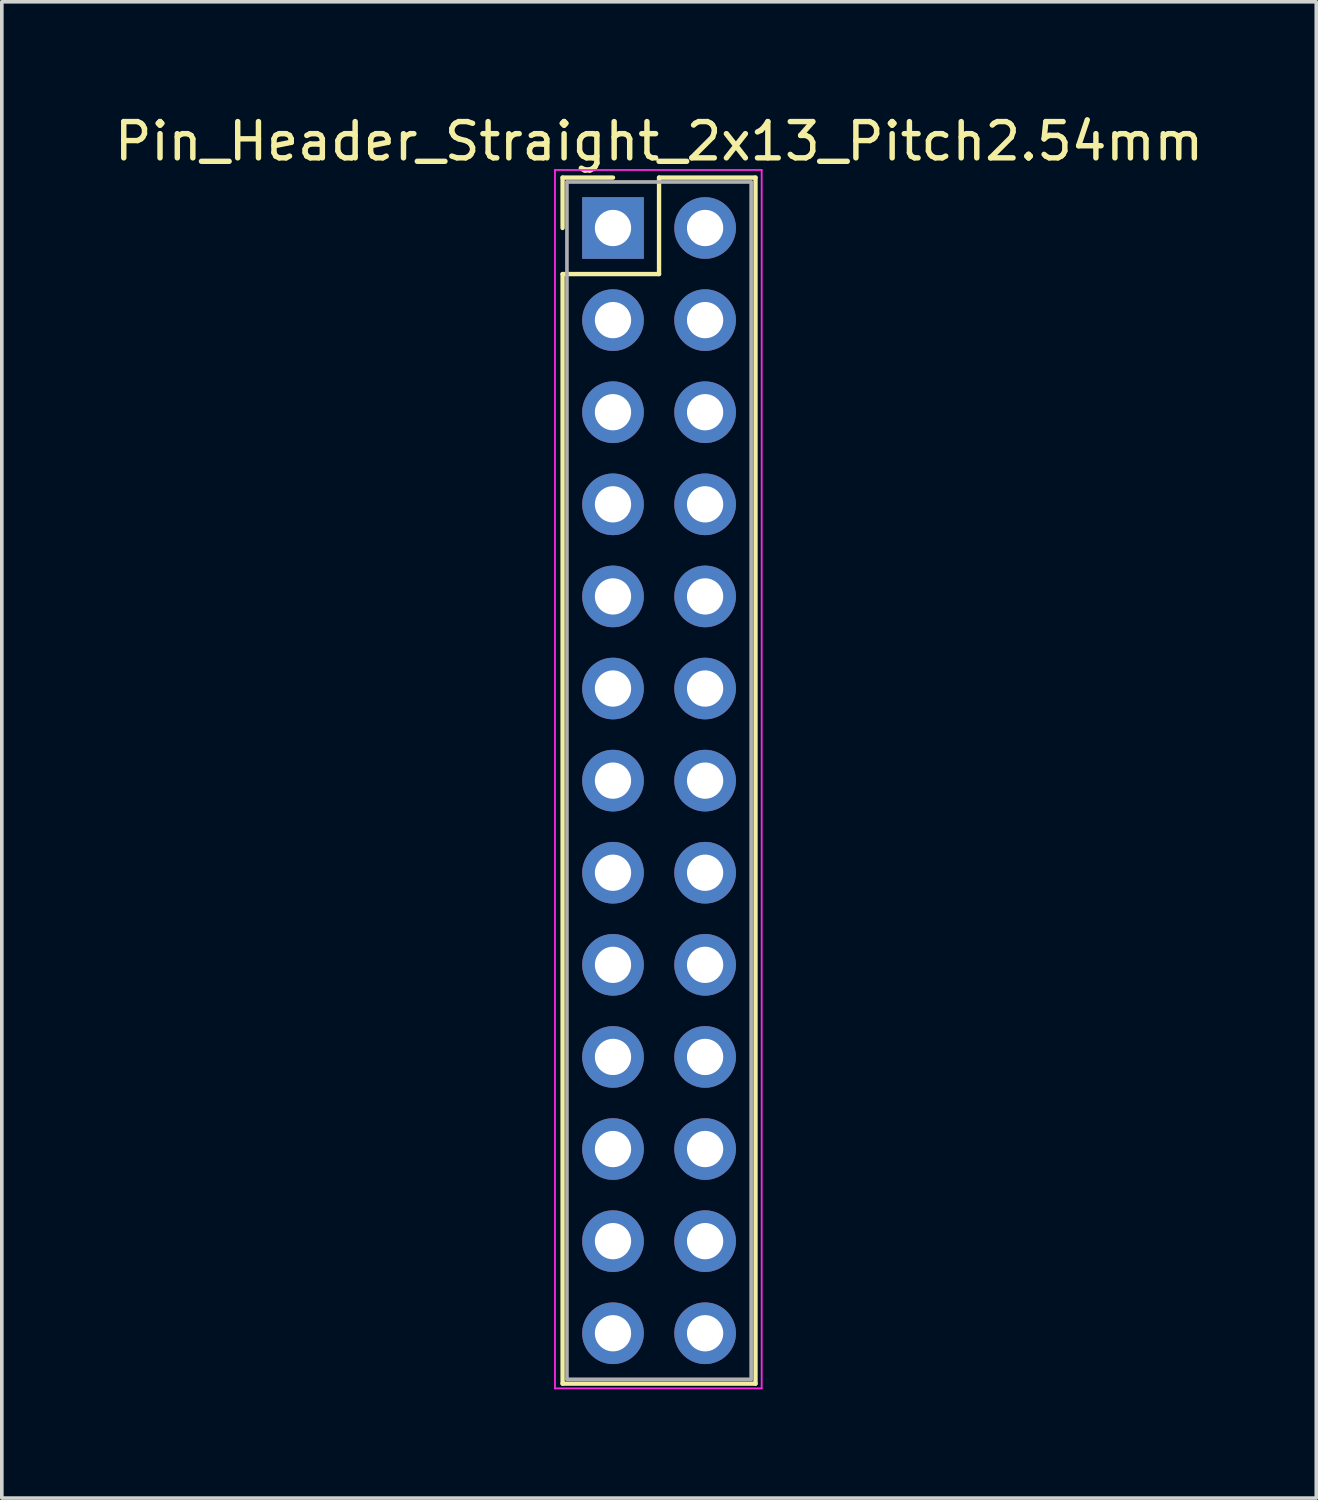
<source format=kicad_pcb>
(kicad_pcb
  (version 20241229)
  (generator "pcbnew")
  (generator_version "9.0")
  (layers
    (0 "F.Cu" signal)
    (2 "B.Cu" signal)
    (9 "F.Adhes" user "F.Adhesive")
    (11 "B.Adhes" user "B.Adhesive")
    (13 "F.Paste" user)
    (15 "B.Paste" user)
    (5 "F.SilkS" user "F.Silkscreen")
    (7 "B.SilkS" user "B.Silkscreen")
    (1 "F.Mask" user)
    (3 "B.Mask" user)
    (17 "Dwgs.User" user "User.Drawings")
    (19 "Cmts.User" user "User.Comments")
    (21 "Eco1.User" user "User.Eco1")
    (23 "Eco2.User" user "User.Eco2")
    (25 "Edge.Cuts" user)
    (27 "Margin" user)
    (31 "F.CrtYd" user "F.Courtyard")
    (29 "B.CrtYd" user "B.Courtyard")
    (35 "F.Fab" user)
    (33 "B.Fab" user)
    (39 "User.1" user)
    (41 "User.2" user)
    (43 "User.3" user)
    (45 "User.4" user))
  (footprint "Pin_Header_Straight_2x13_Pitch2.54mm"
    (layer "F.Cu")
    (at 13.855 3.238)
    (property "Reference" "Pin_Header_Straight_2x13_Pitch2.54mm" (at 1.27 -2.39 0) (layer "F.SilkS") (effects (font (size 1 1) (thickness 0.15))))
    (attr through_hole)
    (fp_line (start -1.39 -1.39) (end 0 -1.39) (stroke (width 0.12) (type solid)) (layer "F.SilkS"))
    (fp_line (start -1.39 0) (end -1.39 -1.39) (stroke (width 0.12) (type solid)) (layer "F.SilkS"))
    (fp_line (start -1.39 1.27) (end -1.39 31.87) (stroke (width 0.12) (type solid)) (layer "F.SilkS"))
    (fp_line (start -1.39 31.87) (end 3.93 31.87) (stroke (width 0.12) (type solid)) (layer "F.SilkS"))
    (fp_line (start 1.27 -1.39) (end 1.27 1.27) (stroke (width 0.12) (type solid)) (layer "F.SilkS"))
    (fp_line (start 1.27 1.27) (end -1.39 1.27) (stroke (width 0.12) (type solid)) (layer "F.SilkS"))
    (fp_line (start 3.93 -1.39) (end 1.27 -1.39) (stroke (width 0.12) (type solid)) (layer "F.SilkS"))
    (fp_line (start 3.93 31.87) (end 3.93 -1.39) (stroke (width 0.12) (type solid)) (layer "F.SilkS"))
    (fp_line (start -1.6 -1.6) (end -1.6 32) (stroke (width 0.05) (type solid)) (layer "F.CrtYd"))
    (fp_line (start -1.6 32) (end 4.1 32) (stroke (width 0.05) (type solid)) (layer "F.CrtYd"))
    (fp_line (start 4.1 -1.6) (end -1.6 -1.6) (stroke (width 0.05) (type solid)) (layer "F.CrtYd"))
    (fp_line (start 4.1 32) (end 4.1 -1.6) (stroke (width 0.05) (type solid)) (layer "F.CrtYd"))
    (fp_line (start -1.27 -1.27) (end -1.27 31.75) (stroke (width 0.1) (type solid)) (layer "F.Fab"))
    (fp_line (start -1.27 31.75) (end 3.81 31.75) (stroke (width 0.1) (type solid)) (layer "F.Fab"))
    (fp_line (start 3.81 -1.27) (end -1.27 -1.27) (stroke (width 0.1) (type solid)) (layer "F.Fab"))
    (fp_line (start 3.81 31.75) (end 3.81 -1.27) (stroke (width 0.1) (type solid)) (layer "F.Fab"))
    (pad "1" thru_hole rect (at 0 0) (size 1.7 1.7) (drill 1) (layers "*.Cu" "*.Mask"))
    (pad "2" thru_hole oval (at 2.54 0) (size 1.7 1.7) (drill 1) (layers "*.Cu" "*.Mask"))
    (pad "3" thru_hole oval (at 0 2.54) (size 1.7 1.7) (drill 1) (layers "*.Cu" "*.Mask"))
    (pad "4" thru_hole oval (at 2.54 2.54) (size 1.7 1.7) (drill 1) (layers "*.Cu" "*.Mask"))
    (pad "5" thru_hole oval (at 0 5.08) (size 1.7 1.7) (drill 1) (layers "*.Cu" "*.Mask"))
    (pad "6" thru_hole oval (at 2.54 5.08) (size 1.7 1.7) (drill 1) (layers "*.Cu" "*.Mask"))
    (pad "7" thru_hole oval (at 0 7.62) (size 1.7 1.7) (drill 1) (layers "*.Cu" "*.Mask"))
    (pad "8" thru_hole oval (at 2.54 7.62) (size 1.7 1.7) (drill 1) (layers "*.Cu" "*.Mask"))
    (pad "9" thru_hole oval (at 0 10.16) (size 1.7 1.7) (drill 1) (layers "*.Cu" "*.Mask"))
    (pad "10" thru_hole oval (at 2.54 10.16) (size 1.7 1.7) (drill 1) (layers "*.Cu" "*.Mask"))
    (pad "11" thru_hole oval (at 0 12.7) (size 1.7 1.7) (drill 1) (layers "*.Cu" "*.Mask"))
    (pad "12" thru_hole oval (at 2.54 12.7) (size 1.7 1.7) (drill 1) (layers "*.Cu" "*.Mask"))
    (pad "13" thru_hole oval (at 0 15.24) (size 1.7 1.7) (drill 1) (layers "*.Cu" "*.Mask"))
    (pad "14" thru_hole oval (at 2.54 15.24) (size 1.7 1.7) (drill 1) (layers "*.Cu" "*.Mask"))
    (pad "15" thru_hole oval (at 0 17.78) (size 1.7 1.7) (drill 1) (layers "*.Cu" "*.Mask"))
    (pad "16" thru_hole oval (at 2.54 17.78) (size 1.7 1.7) (drill 1) (layers "*.Cu" "*.Mask"))
    (pad "17" thru_hole oval (at 0 20.32) (size 1.7 1.7) (drill 1) (layers "*.Cu" "*.Mask"))
    (pad "18" thru_hole oval (at 2.54 20.32) (size 1.7 1.7) (drill 1) (layers "*.Cu" "*.Mask"))
    (pad "19" thru_hole oval (at 0 22.86) (size 1.7 1.7) (drill 1) (layers "*.Cu" "*.Mask"))
    (pad "20" thru_hole oval (at 2.54 22.86) (size 1.7 1.7) (drill 1) (layers "*.Cu" "*.Mask"))
    (pad "21" thru_hole oval (at 0 25.4) (size 1.7 1.7) (drill 1) (layers "*.Cu" "*.Mask"))
    (pad "22" thru_hole oval (at 2.54 25.4) (size 1.7 1.7) (drill 1) (layers "*.Cu" "*.Mask"))
    (pad "23" thru_hole oval (at 0 27.94) (size 1.7 1.7) (drill 1) (layers "*.Cu" "*.Mask"))
    (pad "24" thru_hole oval (at 2.54 27.94) (size 1.7 1.7) (drill 1) (layers "*.Cu" "*.Mask"))
    (pad "25" thru_hole oval (at 0 30.48) (size 1.7 1.7) (drill 1) (layers "*.Cu" "*.Mask"))
    (pad "26" thru_hole oval (at 2.54 30.48) (size 1.7 1.7) (drill 1) (layers "*.Cu" "*.Mask")))
  (gr_rect
    (start -3 -3)
    (end 33.25 38.263)
    (stroke (width 0.1) (type default))
    (fill no)
    (layer "Edge.Cuts")))
</source>
